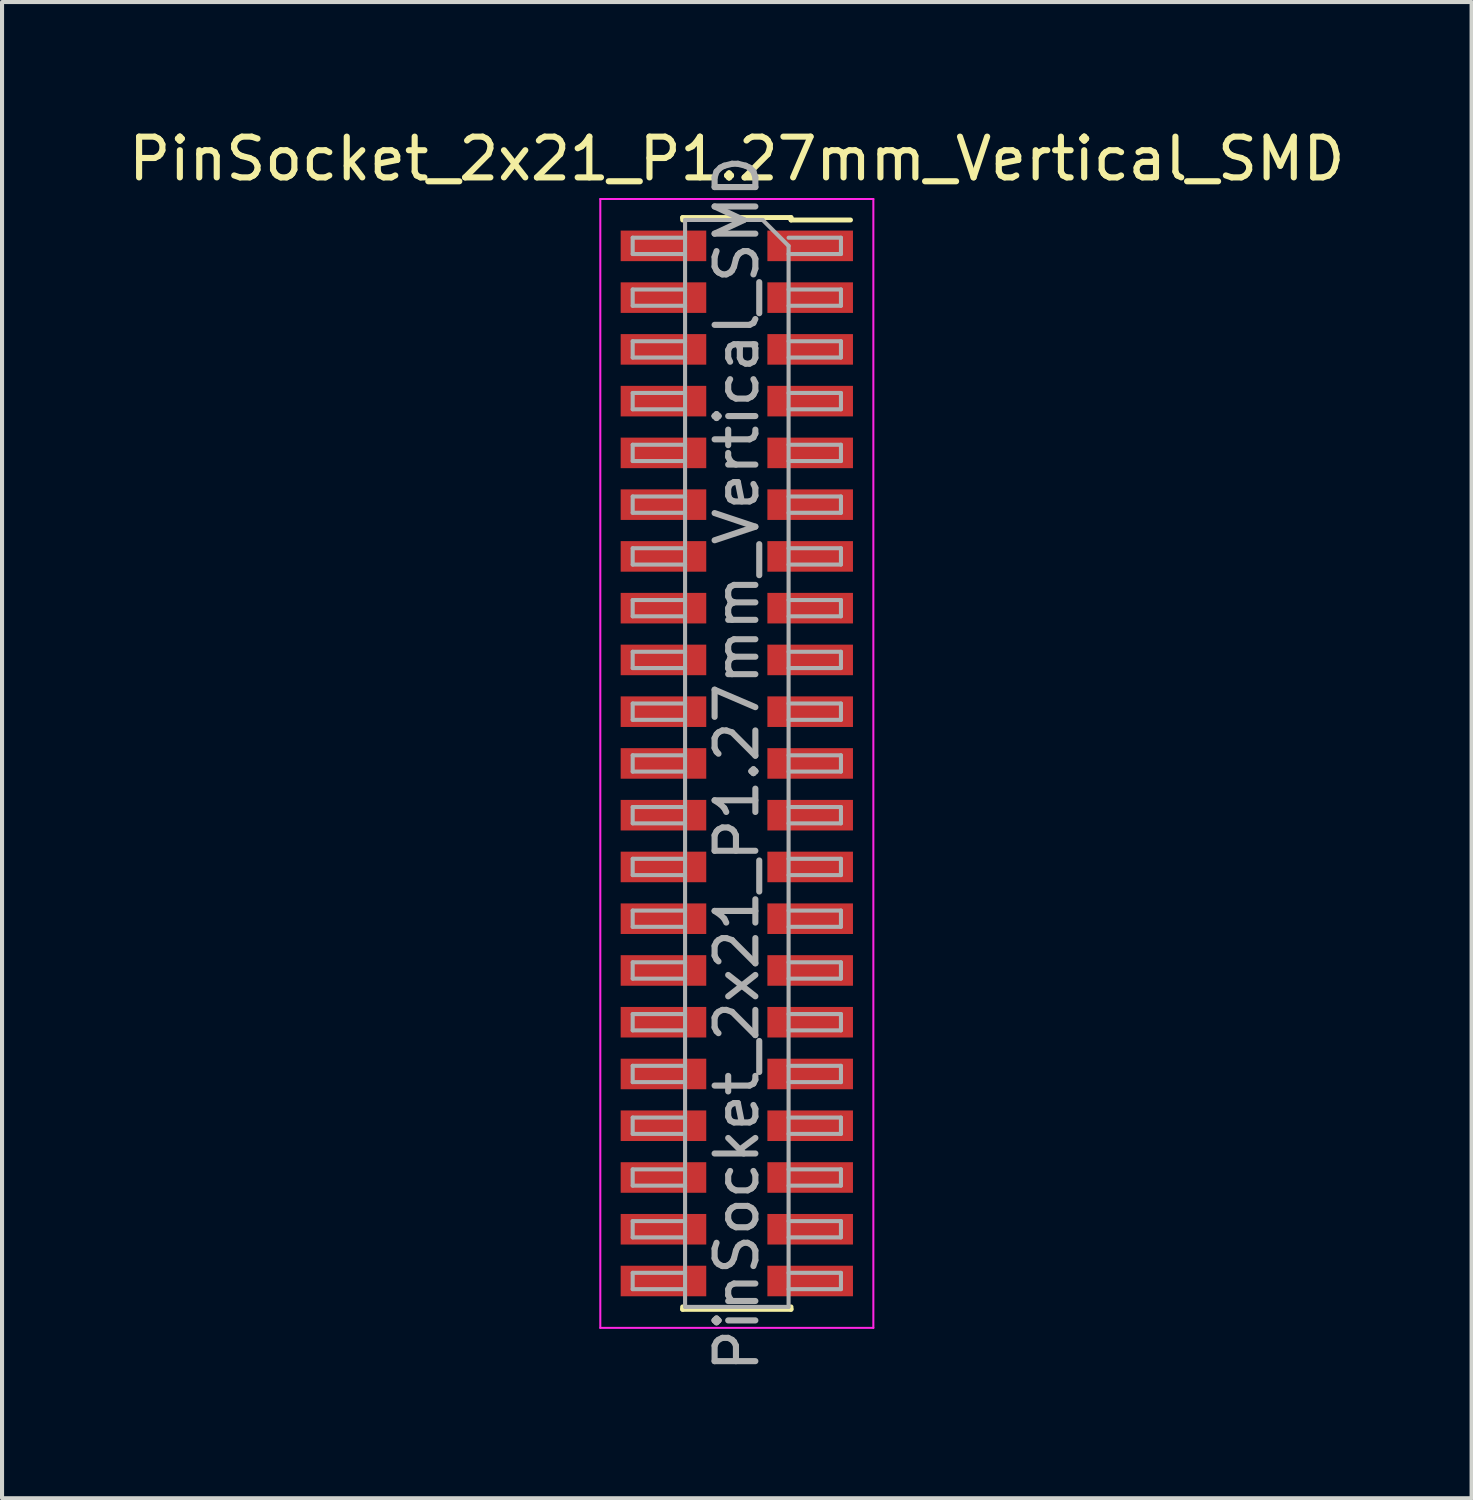
<source format=kicad_pcb>
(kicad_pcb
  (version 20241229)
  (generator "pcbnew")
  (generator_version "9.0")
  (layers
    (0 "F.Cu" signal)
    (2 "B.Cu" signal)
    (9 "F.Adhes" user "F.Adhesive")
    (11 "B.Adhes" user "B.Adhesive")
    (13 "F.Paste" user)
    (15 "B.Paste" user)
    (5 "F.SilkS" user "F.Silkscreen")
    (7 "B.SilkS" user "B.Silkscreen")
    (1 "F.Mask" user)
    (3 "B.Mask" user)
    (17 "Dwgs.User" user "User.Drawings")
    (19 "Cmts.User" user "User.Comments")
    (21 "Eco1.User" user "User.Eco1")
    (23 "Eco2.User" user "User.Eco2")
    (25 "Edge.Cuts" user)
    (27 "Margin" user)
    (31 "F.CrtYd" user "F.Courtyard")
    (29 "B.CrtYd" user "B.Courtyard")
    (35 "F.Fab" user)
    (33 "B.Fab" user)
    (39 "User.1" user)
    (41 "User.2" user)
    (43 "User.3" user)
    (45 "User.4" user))
  (footprint "PinSocket_2x21_P1.27mm_Vertical_SMD"
    (layer "F.Cu")
    (at 15.03 15.683)
    (property "Reference" "PinSocket_2x21_P1.27mm_Vertical_SMD" (at 0 -14.835 0) (layer "F.SilkS") (effects (font (size 1 1) (thickness 0.15))))
    (attr smd)
    (fp_line (start -1.33 -13.395) (end -1.33 -13.335) (stroke (width 0.12) (type solid)) (layer "F.SilkS"))
    (fp_line (start -1.33 -13.395) (end 1.33 -13.395) (stroke (width 0.12) (type solid)) (layer "F.SilkS"))
    (fp_line (start -1.33 13.335) (end -1.33 13.395) (stroke (width 0.12) (type solid)) (layer "F.SilkS"))
    (fp_line (start -1.33 13.395) (end 1.33 13.395) (stroke (width 0.12) (type solid)) (layer "F.SilkS"))
    (fp_line (start 1.33 -13.395) (end 1.33 -13.335) (stroke (width 0.12) (type solid)) (layer "F.SilkS"))
    (fp_line (start 1.33 -13.335) (end 2.79 -13.335) (stroke (width 0.12) (type solid)) (layer "F.SilkS"))
    (fp_line (start 1.33 13.335) (end 1.33 13.395) (stroke (width 0.12) (type solid)) (layer "F.SilkS"))
    (fp_line (start -3.35 -13.85) (end 3.35 -13.85) (stroke (width 0.05) (type solid)) (layer "F.CrtYd"))
    (fp_line (start -3.35 13.85) (end -3.35 -13.85) (stroke (width 0.05) (type solid)) (layer "F.CrtYd"))
    (fp_line (start 3.35 -13.85) (end 3.35 13.85) (stroke (width 0.05) (type solid)) (layer "F.CrtYd"))
    (fp_line (start 3.35 13.85) (end -3.35 13.85) (stroke (width 0.05) (type solid)) (layer "F.CrtYd"))
    (fp_line (start -2.555 -12.9) (end -1.27 -12.9) (stroke (width 0.1) (type solid)) (layer "F.Fab"))
    (fp_line (start -2.555 -12.5) (end -2.555 -12.9) (stroke (width 0.1) (type solid)) (layer "F.Fab"))
    (fp_line (start -2.555 -11.63) (end -1.27 -11.63) (stroke (width 0.1) (type solid)) (layer "F.Fab"))
    (fp_line (start -2.555 -11.23) (end -2.555 -11.63) (stroke (width 0.1) (type solid)) (layer "F.Fab"))
    (fp_line (start -2.555 -10.36) (end -1.27 -10.36) (stroke (width 0.1) (type solid)) (layer "F.Fab"))
    (fp_line (start -2.555 -9.96) (end -2.555 -10.36) (stroke (width 0.1) (type solid)) (layer "F.Fab"))
    (fp_line (start -2.555 -9.09) (end -1.27 -9.09) (stroke (width 0.1) (type solid)) (layer "F.Fab"))
    (fp_line (start -2.555 -8.69) (end -2.555 -9.09) (stroke (width 0.1) (type solid)) (layer "F.Fab"))
    (fp_line (start -2.555 -7.82) (end -1.27 -7.82) (stroke (width 0.1) (type solid)) (layer "F.Fab"))
    (fp_line (start -2.555 -7.42) (end -2.555 -7.82) (stroke (width 0.1) (type solid)) (layer "F.Fab"))
    (fp_line (start -2.555 -6.55) (end -1.27 -6.55) (stroke (width 0.1) (type solid)) (layer "F.Fab"))
    (fp_line (start -2.555 -6.15) (end -2.555 -6.55) (stroke (width 0.1) (type solid)) (layer "F.Fab"))
    (fp_line (start -2.555 -5.28) (end -1.27 -5.28) (stroke (width 0.1) (type solid)) (layer "F.Fab"))
    (fp_line (start -2.555 -4.88) (end -2.555 -5.28) (stroke (width 0.1) (type solid)) (layer "F.Fab"))
    (fp_line (start -2.555 -4.01) (end -1.27 -4.01) (stroke (width 0.1) (type solid)) (layer "F.Fab"))
    (fp_line (start -2.555 -3.61) (end -2.555 -4.01) (stroke (width 0.1) (type solid)) (layer "F.Fab"))
    (fp_line (start -2.555 -2.74) (end -1.27 -2.74) (stroke (width 0.1) (type solid)) (layer "F.Fab"))
    (fp_line (start -2.555 -2.34) (end -2.555 -2.74) (stroke (width 0.1) (type solid)) (layer "F.Fab"))
    (fp_line (start -2.555 -1.47) (end -1.27 -1.47) (stroke (width 0.1) (type solid)) (layer "F.Fab"))
    (fp_line (start -2.555 -1.07) (end -2.555 -1.47) (stroke (width 0.1) (type solid)) (layer "F.Fab"))
    (fp_line (start -2.555 -0.2) (end -1.27 -0.2) (stroke (width 0.1) (type solid)) (layer "F.Fab"))
    (fp_line (start -2.555 0.2) (end -2.555 -0.2) (stroke (width 0.1) (type solid)) (layer "F.Fab"))
    (fp_line (start -2.555 1.07) (end -1.27 1.07) (stroke (width 0.1) (type solid)) (layer "F.Fab"))
    (fp_line (start -2.555 1.47) (end -2.555 1.07) (stroke (width 0.1) (type solid)) (layer "F.Fab"))
    (fp_line (start -2.555 2.34) (end -1.27 2.34) (stroke (width 0.1) (type solid)) (layer "F.Fab"))
    (fp_line (start -2.555 2.74) (end -2.555 2.34) (stroke (width 0.1) (type solid)) (layer "F.Fab"))
    (fp_line (start -2.555 3.61) (end -1.27 3.61) (stroke (width 0.1) (type solid)) (layer "F.Fab"))
    (fp_line (start -2.555 4.01) (end -2.555 3.61) (stroke (width 0.1) (type solid)) (layer "F.Fab"))
    (fp_line (start -2.555 4.88) (end -1.27 4.88) (stroke (width 0.1) (type solid)) (layer "F.Fab"))
    (fp_line (start -2.555 5.28) (end -2.555 4.88) (stroke (width 0.1) (type solid)) (layer "F.Fab"))
    (fp_line (start -2.555 6.15) (end -1.27 6.15) (stroke (width 0.1) (type solid)) (layer "F.Fab"))
    (fp_line (start -2.555 6.55) (end -2.555 6.15) (stroke (width 0.1) (type solid)) (layer "F.Fab"))
    (fp_line (start -2.555 7.42) (end -1.27 7.42) (stroke (width 0.1) (type solid)) (layer "F.Fab"))
    (fp_line (start -2.555 7.82) (end -2.555 7.42) (stroke (width 0.1) (type solid)) (layer "F.Fab"))
    (fp_line (start -2.555 8.69) (end -1.27 8.69) (stroke (width 0.1) (type solid)) (layer "F.Fab"))
    (fp_line (start -2.555 9.09) (end -2.555 8.69) (stroke (width 0.1) (type solid)) (layer "F.Fab"))
    (fp_line (start -2.555 9.96) (end -1.27 9.96) (stroke (width 0.1) (type solid)) (layer "F.Fab"))
    (fp_line (start -2.555 10.36) (end -2.555 9.96) (stroke (width 0.1) (type solid)) (layer "F.Fab"))
    (fp_line (start -2.555 11.23) (end -1.27 11.23) (stroke (width 0.1) (type solid)) (layer "F.Fab"))
    (fp_line (start -2.555 11.63) (end -2.555 11.23) (stroke (width 0.1) (type solid)) (layer "F.Fab"))
    (fp_line (start -2.555 12.5) (end -1.27 12.5) (stroke (width 0.1) (type solid)) (layer "F.Fab"))
    (fp_line (start -2.555 12.9) (end -2.555 12.5) (stroke (width 0.1) (type solid)) (layer "F.Fab"))
    (fp_line (start -1.27 -13.335) (end 0.635 -13.335) (stroke (width 0.1) (type solid)) (layer "F.Fab"))
    (fp_line (start -1.27 -12.5) (end -2.555 -12.5) (stroke (width 0.1) (type solid)) (layer "F.Fab"))
    (fp_line (start -1.27 -11.23) (end -2.555 -11.23) (stroke (width 0.1) (type solid)) (layer "F.Fab"))
    (fp_line (start -1.27 -9.96) (end -2.555 -9.96) (stroke (width 0.1) (type solid)) (layer "F.Fab"))
    (fp_line (start -1.27 -8.69) (end -2.555 -8.69) (stroke (width 0.1) (type solid)) (layer "F.Fab"))
    (fp_line (start -1.27 -7.42) (end -2.555 -7.42) (stroke (width 0.1) (type solid)) (layer "F.Fab"))
    (fp_line (start -1.27 -6.15) (end -2.555 -6.15) (stroke (width 0.1) (type solid)) (layer "F.Fab"))
    (fp_line (start -1.27 -4.88) (end -2.555 -4.88) (stroke (width 0.1) (type solid)) (layer "F.Fab"))
    (fp_line (start -1.27 -3.61) (end -2.555 -3.61) (stroke (width 0.1) (type solid)) (layer "F.Fab"))
    (fp_line (start -1.27 -2.34) (end -2.555 -2.34) (stroke (width 0.1) (type solid)) (layer "F.Fab"))
    (fp_line (start -1.27 -1.07) (end -2.555 -1.07) (stroke (width 0.1) (type solid)) (layer "F.Fab"))
    (fp_line (start -1.27 0.2) (end -2.555 0.2) (stroke (width 0.1) (type solid)) (layer "F.Fab"))
    (fp_line (start -1.27 1.47) (end -2.555 1.47) (stroke (width 0.1) (type solid)) (layer "F.Fab"))
    (fp_line (start -1.27 2.74) (end -2.555 2.74) (stroke (width 0.1) (type solid)) (layer "F.Fab"))
    (fp_line (start -1.27 4.01) (end -2.555 4.01) (stroke (width 0.1) (type solid)) (layer "F.Fab"))
    (fp_line (start -1.27 5.28) (end -2.555 5.28) (stroke (width 0.1) (type solid)) (layer "F.Fab"))
    (fp_line (start -1.27 6.55) (end -2.555 6.55) (stroke (width 0.1) (type solid)) (layer "F.Fab"))
    (fp_line (start -1.27 7.82) (end -2.555 7.82) (stroke (width 0.1) (type solid)) (layer "F.Fab"))
    (fp_line (start -1.27 9.09) (end -2.555 9.09) (stroke (width 0.1) (type solid)) (layer "F.Fab"))
    (fp_line (start -1.27 10.36) (end -2.555 10.36) (stroke (width 0.1) (type solid)) (layer "F.Fab"))
    (fp_line (start -1.27 11.63) (end -2.555 11.63) (stroke (width 0.1) (type solid)) (layer "F.Fab"))
    (fp_line (start -1.27 12.9) (end -2.555 12.9) (stroke (width 0.1) (type solid)) (layer "F.Fab"))
    (fp_line (start -1.27 13.335) (end -1.27 -13.335) (stroke (width 0.1) (type solid)) (layer "F.Fab"))
    (fp_line (start 0.635 -13.335) (end 1.27 -12.7) (stroke (width 0.1) (type solid)) (layer "F.Fab"))
    (fp_line (start 1.27 -12.9) (end 2.555 -12.9) (stroke (width 0.1) (type solid)) (layer "F.Fab"))
    (fp_line (start 1.27 -12.7) (end 1.27 13.335) (stroke (width 0.1) (type solid)) (layer "F.Fab"))
    (fp_line (start 1.27 -11.63) (end 2.555 -11.63) (stroke (width 0.1) (type solid)) (layer "F.Fab"))
    (fp_line (start 1.27 -10.36) (end 2.555 -10.36) (stroke (width 0.1) (type solid)) (layer "F.Fab"))
    (fp_line (start 1.27 -9.09) (end 2.555 -9.09) (stroke (width 0.1) (type solid)) (layer "F.Fab"))
    (fp_line (start 1.27 -7.82) (end 2.555 -7.82) (stroke (width 0.1) (type solid)) (layer "F.Fab"))
    (fp_line (start 1.27 -6.55) (end 2.555 -6.55) (stroke (width 0.1) (type solid)) (layer "F.Fab"))
    (fp_line (start 1.27 -5.28) (end 2.555 -5.28) (stroke (width 0.1) (type solid)) (layer "F.Fab"))
    (fp_line (start 1.27 -4.01) (end 2.555 -4.01) (stroke (width 0.1) (type solid)) (layer "F.Fab"))
    (fp_line (start 1.27 -2.74) (end 2.555 -2.74) (stroke (width 0.1) (type solid)) (layer "F.Fab"))
    (fp_line (start 1.27 -1.47) (end 2.555 -1.47) (stroke (width 0.1) (type solid)) (layer "F.Fab"))
    (fp_line (start 1.27 -0.2) (end 2.555 -0.2) (stroke (width 0.1) (type solid)) (layer "F.Fab"))
    (fp_line (start 1.27 1.07) (end 2.555 1.07) (stroke (width 0.1) (type solid)) (layer "F.Fab"))
    (fp_line (start 1.27 2.34) (end 2.555 2.34) (stroke (width 0.1) (type solid)) (layer "F.Fab"))
    (fp_line (start 1.27 3.61) (end 2.555 3.61) (stroke (width 0.1) (type solid)) (layer "F.Fab"))
    (fp_line (start 1.27 4.88) (end 2.555 4.88) (stroke (width 0.1) (type solid)) (layer "F.Fab"))
    (fp_line (start 1.27 6.15) (end 2.555 6.15) (stroke (width 0.1) (type solid)) (layer "F.Fab"))
    (fp_line (start 1.27 7.42) (end 2.555 7.42) (stroke (width 0.1) (type solid)) (layer "F.Fab"))
    (fp_line (start 1.27 8.69) (end 2.555 8.69) (stroke (width 0.1) (type solid)) (layer "F.Fab"))
    (fp_line (start 1.27 9.96) (end 2.555 9.96) (stroke (width 0.1) (type solid)) (layer "F.Fab"))
    (fp_line (start 1.27 11.23) (end 2.555 11.23) (stroke (width 0.1) (type solid)) (layer "F.Fab"))
    (fp_line (start 1.27 12.5) (end 2.555 12.5) (stroke (width 0.1) (type solid)) (layer "F.Fab"))
    (fp_line (start 1.27 13.335) (end -1.27 13.335) (stroke (width 0.1) (type solid)) (layer "F.Fab"))
    (fp_line (start 2.555 -12.9) (end 2.555 -12.5) (stroke (width 0.1) (type solid)) (layer "F.Fab"))
    (fp_line (start 2.555 -12.5) (end 1.27 -12.5) (stroke (width 0.1) (type solid)) (layer "F.Fab"))
    (fp_line (start 2.555 -11.63) (end 2.555 -11.23) (stroke (width 0.1) (type solid)) (layer "F.Fab"))
    (fp_line (start 2.555 -11.23) (end 1.27 -11.23) (stroke (width 0.1) (type solid)) (layer "F.Fab"))
    (fp_line (start 2.555 -10.36) (end 2.555 -9.96) (stroke (width 0.1) (type solid)) (layer "F.Fab"))
    (fp_line (start 2.555 -9.96) (end 1.27 -9.96) (stroke (width 0.1) (type solid)) (layer "F.Fab"))
    (fp_line (start 2.555 -9.09) (end 2.555 -8.69) (stroke (width 0.1) (type solid)) (layer "F.Fab"))
    (fp_line (start 2.555 -8.69) (end 1.27 -8.69) (stroke (width 0.1) (type solid)) (layer "F.Fab"))
    (fp_line (start 2.555 -7.82) (end 2.555 -7.42) (stroke (width 0.1) (type solid)) (layer "F.Fab"))
    (fp_line (start 2.555 -7.42) (end 1.27 -7.42) (stroke (width 0.1) (type solid)) (layer "F.Fab"))
    (fp_line (start 2.555 -6.55) (end 2.555 -6.15) (stroke (width 0.1) (type solid)) (layer "F.Fab"))
    (fp_line (start 2.555 -6.15) (end 1.27 -6.15) (stroke (width 0.1) (type solid)) (layer "F.Fab"))
    (fp_line (start 2.555 -5.28) (end 2.555 -4.88) (stroke (width 0.1) (type solid)) (layer "F.Fab"))
    (fp_line (start 2.555 -4.88) (end 1.27 -4.88) (stroke (width 0.1) (type solid)) (layer "F.Fab"))
    (fp_line (start 2.555 -4.01) (end 2.555 -3.61) (stroke (width 0.1) (type solid)) (layer "F.Fab"))
    (fp_line (start 2.555 -3.61) (end 1.27 -3.61) (stroke (width 0.1) (type solid)) (layer "F.Fab"))
    (fp_line (start 2.555 -2.74) (end 2.555 -2.34) (stroke (width 0.1) (type solid)) (layer "F.Fab"))
    (fp_line (start 2.555 -2.34) (end 1.27 -2.34) (stroke (width 0.1) (type solid)) (layer "F.Fab"))
    (fp_line (start 2.555 -1.47) (end 2.555 -1.07) (stroke (width 0.1) (type solid)) (layer "F.Fab"))
    (fp_line (start 2.555 -1.07) (end 1.27 -1.07) (stroke (width 0.1) (type solid)) (layer "F.Fab"))
    (fp_line (start 2.555 -0.2) (end 2.555 0.2) (stroke (width 0.1) (type solid)) (layer "F.Fab"))
    (fp_line (start 2.555 0.2) (end 1.27 0.2) (stroke (width 0.1) (type solid)) (layer "F.Fab"))
    (fp_line (start 2.555 1.07) (end 2.555 1.47) (stroke (width 0.1) (type solid)) (layer "F.Fab"))
    (fp_line (start 2.555 1.47) (end 1.27 1.47) (stroke (width 0.1) (type solid)) (layer "F.Fab"))
    (fp_line (start 2.555 2.34) (end 2.555 2.74) (stroke (width 0.1) (type solid)) (layer "F.Fab"))
    (fp_line (start 2.555 2.74) (end 1.27 2.74) (stroke (width 0.1) (type solid)) (layer "F.Fab"))
    (fp_line (start 2.555 3.61) (end 2.555 4.01) (stroke (width 0.1) (type solid)) (layer "F.Fab"))
    (fp_line (start 2.555 4.01) (end 1.27 4.01) (stroke (width 0.1) (type solid)) (layer "F.Fab"))
    (fp_line (start 2.555 4.88) (end 2.555 5.28) (stroke (width 0.1) (type solid)) (layer "F.Fab"))
    (fp_line (start 2.555 5.28) (end 1.27 5.28) (stroke (width 0.1) (type solid)) (layer "F.Fab"))
    (fp_line (start 2.555 6.15) (end 2.555 6.55) (stroke (width 0.1) (type solid)) (layer "F.Fab"))
    (fp_line (start 2.555 6.55) (end 1.27 6.55) (stroke (width 0.1) (type solid)) (layer "F.Fab"))
    (fp_line (start 2.555 7.42) (end 2.555 7.82) (stroke (width 0.1) (type solid)) (layer "F.Fab"))
    (fp_line (start 2.555 7.82) (end 1.27 7.82) (stroke (width 0.1) (type solid)) (layer "F.Fab"))
    (fp_line (start 2.555 8.69) (end 2.555 9.09) (stroke (width 0.1) (type solid)) (layer "F.Fab"))
    (fp_line (start 2.555 9.09) (end 1.27 9.09) (stroke (width 0.1) (type solid)) (layer "F.Fab"))
    (fp_line (start 2.555 9.96) (end 2.555 10.36) (stroke (width 0.1) (type solid)) (layer "F.Fab"))
    (fp_line (start 2.555 10.36) (end 1.27 10.36) (stroke (width 0.1) (type solid)) (layer "F.Fab"))
    (fp_line (start 2.555 11.23) (end 2.555 11.63) (stroke (width 0.1) (type solid)) (layer "F.Fab"))
    (fp_line (start 2.555 11.63) (end 1.27 11.63) (stroke (width 0.1) (type solid)) (layer "F.Fab"))
    (fp_line (start 2.555 12.5) (end 2.555 12.9) (stroke (width 0.1) (type solid)) (layer "F.Fab"))
    (fp_line (start 2.555 12.9) (end 1.27 12.9) (stroke (width 0.1) (type solid)) (layer "F.Fab"))
    (fp_text user "${REFERENCE}" (at 0 0 90) (layer "F.Fab") (effects (font (size 1 1) (thickness 0.15))))
    (pad "1" smd rect (at 1.8 -12.7) (size 2.1 0.75) (layers "F.Cu" "F.Mask" "F.Paste"))
    (pad "2" smd rect (at -1.8 -12.7) (size 2.1 0.75) (layers "F.Cu" "F.Mask" "F.Paste"))
    (pad "3" smd rect (at 1.8 -11.43) (size 2.1 0.75) (layers "F.Cu" "F.Mask" "F.Paste"))
    (pad "4" smd rect (at -1.8 -11.43) (size 2.1 0.75) (layers "F.Cu" "F.Mask" "F.Paste"))
    (pad "5" smd rect (at 1.8 -10.16) (size 2.1 0.75) (layers "F.Cu" "F.Mask" "F.Paste"))
    (pad "6" smd rect (at -1.8 -10.16) (size 2.1 0.75) (layers "F.Cu" "F.Mask" "F.Paste"))
    (pad "7" smd rect (at 1.8 -8.89) (size 2.1 0.75) (layers "F.Cu" "F.Mask" "F.Paste"))
    (pad "8" smd rect (at -1.8 -8.89) (size 2.1 0.75) (layers "F.Cu" "F.Mask" "F.Paste"))
    (pad "9" smd rect (at 1.8 -7.62) (size 2.1 0.75) (layers "F.Cu" "F.Mask" "F.Paste"))
    (pad "10" smd rect (at -1.8 -7.62) (size 2.1 0.75) (layers "F.Cu" "F.Mask" "F.Paste"))
    (pad "11" smd rect (at 1.8 -6.35) (size 2.1 0.75) (layers "F.Cu" "F.Mask" "F.Paste"))
    (pad "12" smd rect (at -1.8 -6.35) (size 2.1 0.75) (layers "F.Cu" "F.Mask" "F.Paste"))
    (pad "13" smd rect (at 1.8 -5.08) (size 2.1 0.75) (layers "F.Cu" "F.Mask" "F.Paste"))
    (pad "14" smd rect (at -1.8 -5.08) (size 2.1 0.75) (layers "F.Cu" "F.Mask" "F.Paste"))
    (pad "15" smd rect (at 1.8 -3.81) (size 2.1 0.75) (layers "F.Cu" "F.Mask" "F.Paste"))
    (pad "16" smd rect (at -1.8 -3.81) (size 2.1 0.75) (layers "F.Cu" "F.Mask" "F.Paste"))
    (pad "17" smd rect (at 1.8 -2.54) (size 2.1 0.75) (layers "F.Cu" "F.Mask" "F.Paste"))
    (pad "18" smd rect (at -1.8 -2.54) (size 2.1 0.75) (layers "F.Cu" "F.Mask" "F.Paste"))
    (pad "19" smd rect (at 1.8 -1.27) (size 2.1 0.75) (layers "F.Cu" "F.Mask" "F.Paste"))
    (pad "20" smd rect (at -1.8 -1.27) (size 2.1 0.75) (layers "F.Cu" "F.Mask" "F.Paste"))
    (pad "21" smd rect (at 1.8 0) (size 2.1 0.75) (layers "F.Cu" "F.Mask" "F.Paste"))
    (pad "22" smd rect (at -1.8 0) (size 2.1 0.75) (layers "F.Cu" "F.Mask" "F.Paste"))
    (pad "23" smd rect (at 1.8 1.27) (size 2.1 0.75) (layers "F.Cu" "F.Mask" "F.Paste"))
    (pad "24" smd rect (at -1.8 1.27) (size 2.1 0.75) (layers "F.Cu" "F.Mask" "F.Paste"))
    (pad "25" smd rect (at 1.8 2.54) (size 2.1 0.75) (layers "F.Cu" "F.Mask" "F.Paste"))
    (pad "26" smd rect (at -1.8 2.54) (size 2.1 0.75) (layers "F.Cu" "F.Mask" "F.Paste"))
    (pad "27" smd rect (at 1.8 3.81) (size 2.1 0.75) (layers "F.Cu" "F.Mask" "F.Paste"))
    (pad "28" smd rect (at -1.8 3.81) (size 2.1 0.75) (layers "F.Cu" "F.Mask" "F.Paste"))
    (pad "29" smd rect (at 1.8 5.08) (size 2.1 0.75) (layers "F.Cu" "F.Mask" "F.Paste"))
    (pad "30" smd rect (at -1.8 5.08) (size 2.1 0.75) (layers "F.Cu" "F.Mask" "F.Paste"))
    (pad "31" smd rect (at 1.8 6.35) (size 2.1 0.75) (layers "F.Cu" "F.Mask" "F.Paste"))
    (pad "32" smd rect (at -1.8 6.35) (size 2.1 0.75) (layers "F.Cu" "F.Mask" "F.Paste"))
    (pad "33" smd rect (at 1.8 7.62) (size 2.1 0.75) (layers "F.Cu" "F.Mask" "F.Paste"))
    (pad "34" smd rect (at -1.8 7.62) (size 2.1 0.75) (layers "F.Cu" "F.Mask" "F.Paste"))
    (pad "35" smd rect (at 1.8 8.89) (size 2.1 0.75) (layers "F.Cu" "F.Mask" "F.Paste"))
    (pad "36" smd rect (at -1.8 8.89) (size 2.1 0.75) (layers "F.Cu" "F.Mask" "F.Paste"))
    (pad "37" smd rect (at 1.8 10.16) (size 2.1 0.75) (layers "F.Cu" "F.Mask" "F.Paste"))
    (pad "38" smd rect (at -1.8 10.16) (size 2.1 0.75) (layers "F.Cu" "F.Mask" "F.Paste"))
    (pad "39" smd rect (at 1.8 11.43) (size 2.1 0.75) (layers "F.Cu" "F.Mask" "F.Paste"))
    (pad "40" smd rect (at -1.8 11.43) (size 2.1 0.75) (layers "F.Cu" "F.Mask" "F.Paste"))
    (pad "41" smd rect (at 1.8 12.7) (size 2.1 0.75) (layers "F.Cu" "F.Mask" "F.Paste"))
    (pad "42" smd rect (at -1.8 12.7) (size 2.1 0.75) (layers "F.Cu" "F.Mask" "F.Paste")))
  (gr_rect
    (start -3 -3)
    (end 33.06 33.713)
    (stroke (width 0.1) (type default))
    (fill no)
    (layer "Edge.Cuts")))
</source>
